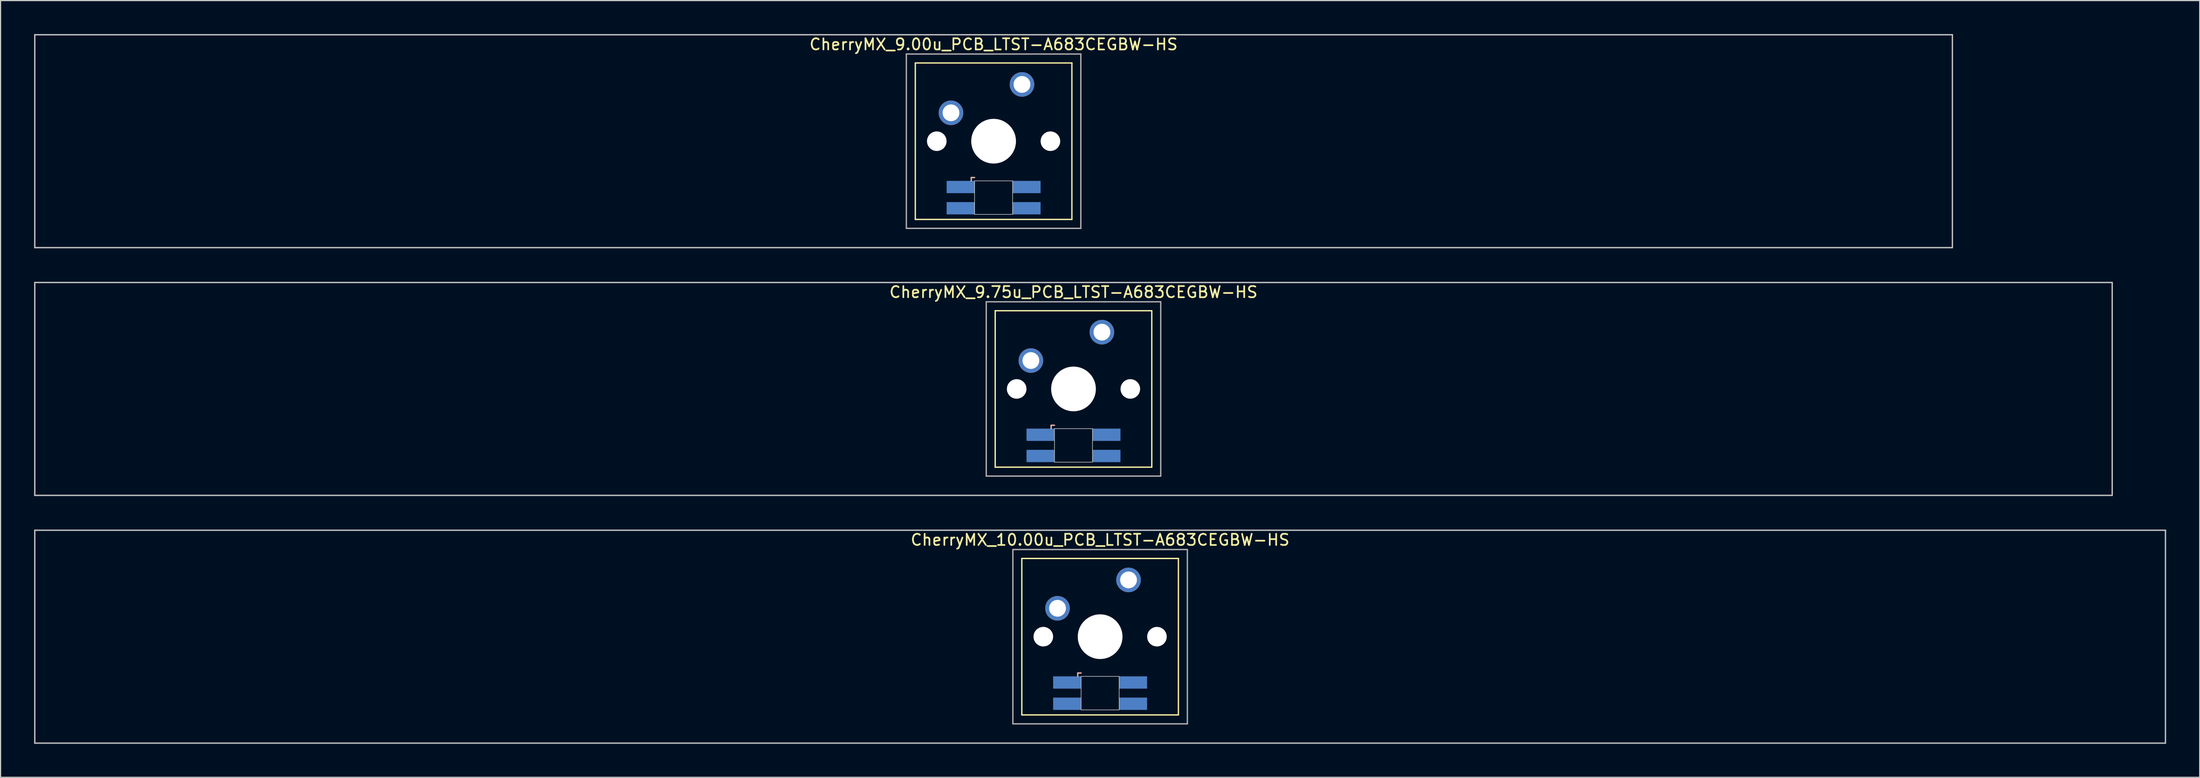
<source format=kicad_pcb>
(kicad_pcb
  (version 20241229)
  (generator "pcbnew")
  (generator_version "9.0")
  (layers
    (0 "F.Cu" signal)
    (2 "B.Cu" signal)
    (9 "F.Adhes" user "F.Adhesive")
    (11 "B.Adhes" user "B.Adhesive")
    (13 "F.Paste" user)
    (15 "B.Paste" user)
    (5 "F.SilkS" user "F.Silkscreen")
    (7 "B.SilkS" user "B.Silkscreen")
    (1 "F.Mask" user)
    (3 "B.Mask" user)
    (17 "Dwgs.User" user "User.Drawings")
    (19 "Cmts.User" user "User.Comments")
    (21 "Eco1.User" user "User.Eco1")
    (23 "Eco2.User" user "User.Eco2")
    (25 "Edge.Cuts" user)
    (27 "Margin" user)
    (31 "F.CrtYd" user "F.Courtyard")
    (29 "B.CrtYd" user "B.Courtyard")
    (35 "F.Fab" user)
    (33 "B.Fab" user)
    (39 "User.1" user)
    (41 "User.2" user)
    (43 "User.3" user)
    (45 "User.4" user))
  (footprint "CherryMX_10.00u_PCB_LTST-A683CEGBW-HS"
    (layer "F.Cu")
    (at 95.31 53.925)
    (property "Reference" "CherryMX_10.00u_PCB_LTST-A683CEGBW-HS" (at 0 -8.662 0) (layer "F.SilkS") (effects (font (size 1 1) (thickness 0.15))))
    (attr through_hole)
    (fp_line (start -7 -7) (end -7 7) (stroke (width 0.12) (type solid)) (layer "F.SilkS"))
    (fp_line (start -7 -7) (end 7 -7) (stroke (width 0.12) (type solid)) (layer "F.SilkS"))
    (fp_line (start 7 -7) (end 7 7) (stroke (width 0.12) (type solid)) (layer "F.SilkS"))
    (fp_line (start 7 7) (end -7 7) (stroke (width 0.12) (type solid)) (layer "F.SilkS"))
    (fp_line (start -2 3.25) (end -2 3.55) (stroke (width 0.12) (type solid)) (layer "B.SilkS"))
    (fp_line (start -1.7 3.25) (end -2 3.25) (stroke (width 0.12) (type solid)) (layer "B.SilkS"))
    (fp_line (start -95.25 -9.525) (end 95.25 -9.525) (stroke (width 0.12) (type solid)) (layer "Dwgs.User"))
    (fp_line (start -95.25 9.525) (end -95.25 -9.525) (stroke (width 0.12) (type solid)) (layer "Dwgs.User"))
    (fp_line (start 95.25 -9.525) (end 95.25 9.525) (stroke (width 0.12) (type solid)) (layer "Dwgs.User"))
    (fp_line (start 95.25 9.525) (end -95.25 9.525) (stroke (width 0.12) (type solid)) (layer "Dwgs.User"))
    (fp_line (start -1.7 3.55) (end 1.7 3.55) (stroke (width 0.05) (type solid)) (layer "Edge.Cuts"))
    (fp_line (start -1.7 6.55) (end -1.7 3.55) (stroke (width 0.05) (type solid)) (layer "Edge.Cuts"))
    (fp_line (start 1.7 3.55) (end 1.7 6.55) (stroke (width 0.05) (type solid)) (layer "Edge.Cuts"))
    (fp_line (start 1.7 6.55) (end -1.7 6.55) (stroke (width 0.05) (type solid)) (layer "Edge.Cuts"))
    (fp_line (start -7.8 -7.8) (end -7.8 7.8) (stroke (width 0.12) (type solid)) (layer "F.Fab"))
    (fp_line (start -7.8 -7.8) (end 7.8 -7.8) (stroke (width 0.12) (type solid)) (layer "F.Fab"))
    (fp_line (start -7.8 7.8) (end 7.8 7.8) (stroke (width 0.12) (type solid)) (layer "F.Fab"))
    (fp_line (start 7.8 -7.8) (end 7.8 7.8) (stroke (width 0.12) (type solid)) (layer "F.Fab"))
    (pad "" np_thru_hole circle (at -5.08 0) (size 1.75 1.75) (drill 1.75) (layers "*.Cu" "*.Mask"))
    (pad "" np_thru_hole circle (at 0 0) (size 4 4) (drill 4) (layers "*.Cu" "*.Mask"))
    (pad "" np_thru_hole circle (at 5.08 0) (size 1.75 1.75) (drill 1.75) (layers "*.Cu" "*.Mask"))
    (pad "1" thru_hole circle (at -3.81 -2.54) (size 2.2 2.2) (drill 1.5) (layers "*.Cu" "*.Mask"))
    (pad "2" thru_hole circle (at 2.54 -5.08) (size 2.2 2.2) (drill 1.5) (layers "*.Cu" "*.Mask"))
    (pad "3" smd rect (at -2.95 4.1) (size 2.5 1.1) (layers "B.Cu" "B.Mask" "B.Paste"))
    (pad "4" smd rect (at -2.95 6) (size 2.5 1.1) (layers "B.Cu" "B.Mask" "B.Paste"))
    (pad "5" smd rect (at 2.95 4.1) (size 2.5 1.1) (layers "B.Cu" "B.Mask" "B.Paste"))
    (pad "6" smd rect (at 2.95 6) (size 2.5 1.1) (layers "B.Cu" "B.Mask" "B.Paste")))
  (footprint "CherryMX_9.75u_PCB_LTST-A683CEGBW-HS"
    (layer "F.Cu")
    (at 92.929 31.755)
    (property "Reference" "CherryMX_9.75u_PCB_LTST-A683CEGBW-HS" (at 0 -8.662 0) (layer "F.SilkS") (effects (font (size 1 1) (thickness 0.15))))
    (attr through_hole)
    (fp_line (start -7 -7) (end -7 7) (stroke (width 0.12) (type solid)) (layer "F.SilkS"))
    (fp_line (start -7 -7) (end 7 -7) (stroke (width 0.12) (type solid)) (layer "F.SilkS"))
    (fp_line (start 7 -7) (end 7 7) (stroke (width 0.12) (type solid)) (layer "F.SilkS"))
    (fp_line (start 7 7) (end -7 7) (stroke (width 0.12) (type solid)) (layer "F.SilkS"))
    (fp_line (start -2 3.25) (end -2 3.55) (stroke (width 0.12) (type solid)) (layer "B.SilkS"))
    (fp_line (start -1.7 3.25) (end -2 3.25) (stroke (width 0.12) (type solid)) (layer "B.SilkS"))
    (fp_line (start -92.869 -9.525) (end 92.869 -9.525) (stroke (width 0.12) (type solid)) (layer "Dwgs.User"))
    (fp_line (start -92.869 9.525) (end -92.869 -9.525) (stroke (width 0.12) (type solid)) (layer "Dwgs.User"))
    (fp_line (start 92.869 -9.525) (end 92.869 9.525) (stroke (width 0.12) (type solid)) (layer "Dwgs.User"))
    (fp_line (start 92.869 9.525) (end -92.869 9.525) (stroke (width 0.12) (type solid)) (layer "Dwgs.User"))
    (fp_line (start -1.7 3.55) (end 1.7 3.55) (stroke (width 0.05) (type solid)) (layer "Edge.Cuts"))
    (fp_line (start -1.7 6.55) (end -1.7 3.55) (stroke (width 0.05) (type solid)) (layer "Edge.Cuts"))
    (fp_line (start 1.7 3.55) (end 1.7 6.55) (stroke (width 0.05) (type solid)) (layer "Edge.Cuts"))
    (fp_line (start 1.7 6.55) (end -1.7 6.55) (stroke (width 0.05) (type solid)) (layer "Edge.Cuts"))
    (fp_line (start -7.8 -7.8) (end -7.8 7.8) (stroke (width 0.12) (type solid)) (layer "F.Fab"))
    (fp_line (start -7.8 -7.8) (end 7.8 -7.8) (stroke (width 0.12) (type solid)) (layer "F.Fab"))
    (fp_line (start -7.8 7.8) (end 7.8 7.8) (stroke (width 0.12) (type solid)) (layer "F.Fab"))
    (fp_line (start 7.8 -7.8) (end 7.8 7.8) (stroke (width 0.12) (type solid)) (layer "F.Fab"))
    (pad "" np_thru_hole circle (at -5.08 0) (size 1.75 1.75) (drill 1.75) (layers "*.Cu" "*.Mask"))
    (pad "" np_thru_hole circle (at 0 0) (size 4 4) (drill 4) (layers "*.Cu" "*.Mask"))
    (pad "" np_thru_hole circle (at 5.08 0) (size 1.75 1.75) (drill 1.75) (layers "*.Cu" "*.Mask"))
    (pad "1" thru_hole circle (at -3.81 -2.54) (size 2.2 2.2) (drill 1.5) (layers "*.Cu" "*.Mask"))
    (pad "2" thru_hole circle (at 2.54 -5.08) (size 2.2 2.2) (drill 1.5) (layers "*.Cu" "*.Mask"))
    (pad "3" smd rect (at -2.95 4.1) (size 2.5 1.1) (layers "B.Cu" "B.Mask" "B.Paste"))
    (pad "4" smd rect (at -2.95 6) (size 2.5 1.1) (layers "B.Cu" "B.Mask" "B.Paste"))
    (pad "5" smd rect (at 2.95 4.1) (size 2.5 1.1) (layers "B.Cu" "B.Mask" "B.Paste"))
    (pad "6" smd rect (at 2.95 6) (size 2.5 1.1) (layers "B.Cu" "B.Mask" "B.Paste")))
  (footprint "CherryMX_9.00u_PCB_LTST-A683CEGBW-HS"
    (layer "F.Cu")
    (at 85.785 9.585)
    (property "Reference" "CherryMX_9.00u_PCB_LTST-A683CEGBW-HS" (at 0 -8.662 0) (layer "F.SilkS") (effects (font (size 1 1) (thickness 0.15))))
    (attr through_hole)
    (fp_line (start -7 -7) (end -7 7) (stroke (width 0.12) (type solid)) (layer "F.SilkS"))
    (fp_line (start -7 -7) (end 7 -7) (stroke (width 0.12) (type solid)) (layer "F.SilkS"))
    (fp_line (start 7 -7) (end 7 7) (stroke (width 0.12) (type solid)) (layer "F.SilkS"))
    (fp_line (start 7 7) (end -7 7) (stroke (width 0.12) (type solid)) (layer "F.SilkS"))
    (fp_line (start -2 3.25) (end -2 3.55) (stroke (width 0.12) (type solid)) (layer "B.SilkS"))
    (fp_line (start -1.7 3.25) (end -2 3.25) (stroke (width 0.12) (type solid)) (layer "B.SilkS"))
    (fp_line (start -85.725 -9.525) (end 85.725 -9.525) (stroke (width 0.12) (type solid)) (layer "Dwgs.User"))
    (fp_line (start -85.725 9.525) (end -85.725 -9.525) (stroke (width 0.12) (type solid)) (layer "Dwgs.User"))
    (fp_line (start 85.725 -9.525) (end 85.725 9.525) (stroke (width 0.12) (type solid)) (layer "Dwgs.User"))
    (fp_line (start 85.725 9.525) (end -85.725 9.525) (stroke (width 0.12) (type solid)) (layer "Dwgs.User"))
    (fp_line (start -1.7 3.55) (end 1.7 3.55) (stroke (width 0.05) (type solid)) (layer "Edge.Cuts"))
    (fp_line (start -1.7 6.55) (end -1.7 3.55) (stroke (width 0.05) (type solid)) (layer "Edge.Cuts"))
    (fp_line (start 1.7 3.55) (end 1.7 6.55) (stroke (width 0.05) (type solid)) (layer "Edge.Cuts"))
    (fp_line (start 1.7 6.55) (end -1.7 6.55) (stroke (width 0.05) (type solid)) (layer "Edge.Cuts"))
    (fp_line (start -7.8 -7.8) (end -7.8 7.8) (stroke (width 0.12) (type solid)) (layer "F.Fab"))
    (fp_line (start -7.8 -7.8) (end 7.8 -7.8) (stroke (width 0.12) (type solid)) (layer "F.Fab"))
    (fp_line (start -7.8 7.8) (end 7.8 7.8) (stroke (width 0.12) (type solid)) (layer "F.Fab"))
    (fp_line (start 7.8 -7.8) (end 7.8 7.8) (stroke (width 0.12) (type solid)) (layer "F.Fab"))
    (pad "" np_thru_hole circle (at -5.08 0) (size 1.75 1.75) (drill 1.75) (layers "*.Cu" "*.Mask"))
    (pad "" np_thru_hole circle (at 0 0) (size 4 4) (drill 4) (layers "*.Cu" "*.Mask"))
    (pad "" np_thru_hole circle (at 5.08 0) (size 1.75 1.75) (drill 1.75) (layers "*.Cu" "*.Mask"))
    (pad "1" thru_hole circle (at -3.81 -2.54) (size 2.2 2.2) (drill 1.5) (layers "*.Cu" "*.Mask"))
    (pad "2" thru_hole circle (at 2.54 -5.08) (size 2.2 2.2) (drill 1.5) (layers "*.Cu" "*.Mask"))
    (pad "3" smd rect (at -2.95 4.1) (size 2.5 1.1) (layers "B.Cu" "B.Mask" "B.Paste"))
    (pad "4" smd rect (at -2.95 6) (size 2.5 1.1) (layers "B.Cu" "B.Mask" "B.Paste"))
    (pad "5" smd rect (at 2.95 4.1) (size 2.5 1.1) (layers "B.Cu" "B.Mask" "B.Paste"))
    (pad "6" smd rect (at 2.95 6) (size 2.5 1.1) (layers "B.Cu" "B.Mask" "B.Paste")))
  (gr_rect
    (start -3 -3)
    (end 193.62 66.51)
    (stroke (width 0.1) (type default))
    (fill no)
    (layer "Edge.Cuts")))
</source>
